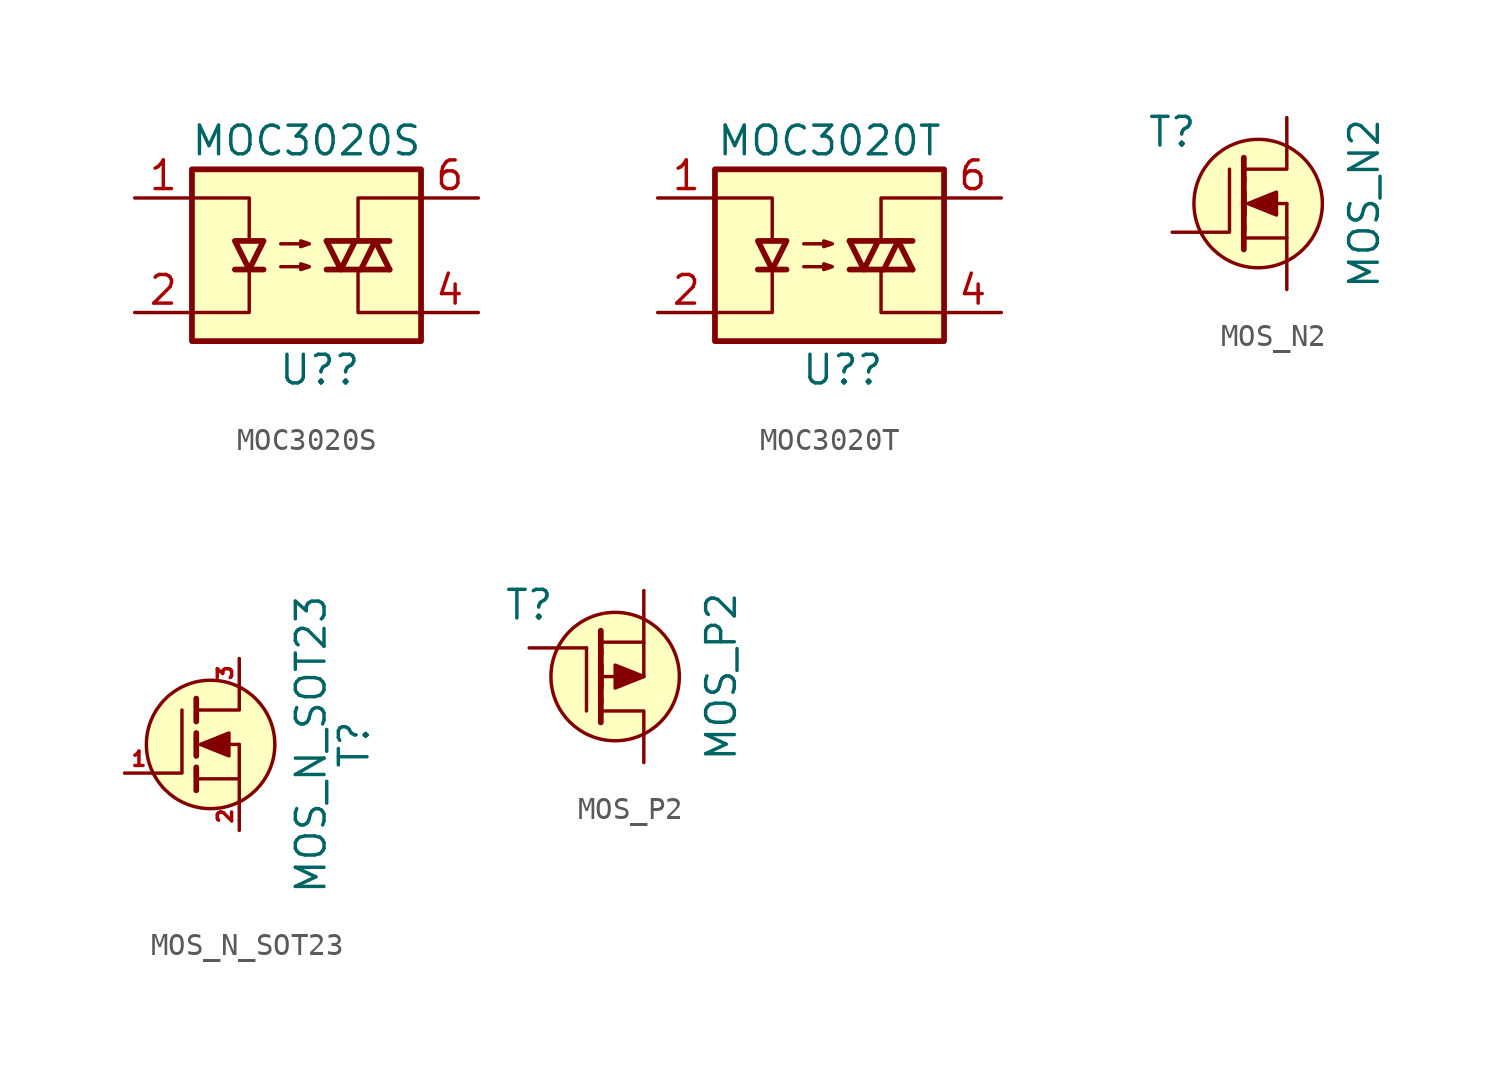
<source format=kicad_sym>
(kicad_symbol_lib
  (version 20231120)
  (generator "kicad_symbol_editor")
  (generator_version "8.0")
  (symbol "MOC3020S"
    (property "Reference" "U?"
      (at -1.27 -5.08 0)
      (effects (font (size 1.27 1.27)) (justify left)))
    (property "Value" "MOC3020S"
      (at 0 5.08 0)
      (effects (font (size 1.27 1.27))))
    (symbol "MOC3020S_0_0"
      (polyline (pts (xy -2.54 -0.635) (xy -2.54 -2.54) (xy -5.08 -2.54)) (stroke (width 0.152) (type default)) (fill (type none)))
      (polyline (pts (xy -2.54 0.635) (xy -2.54 2.54) (xy -5.08 2.54)) (stroke (width 0.152) (type default)) (fill (type none))))
    (symbol "MOC3020S_0_1"
      (rectangle (start -5.08 3.81) (end 5.08 -3.81) (stroke (width 0.254) (type default)) (fill (type background)))
      (polyline (pts (xy -3.175 -0.635) (xy -1.905 -0.635)) (stroke (width 0.254) (type default)) (fill (type none)))
      (polyline (pts (xy 0.889 -0.635) (xy 3.683 -0.635)) (stroke (width 0.254) (type default)) (fill (type none)))
      (polyline (pts (xy 3.683 0.635) (xy 0.889 0.635)) (stroke (width 0.254) (type default)) (fill (type none)))
      (polyline (pts (xy 0.889 0.635) (xy 1.524 -0.635) (xy 2.159 0.635)) (stroke (width 0.254) (type default)) (fill (type none)))
      (polyline (pts (xy 2.286 -0.635) (xy 2.286 -2.54) (xy 5.08 -2.54)) (stroke (width 0) (type default)) (fill (type none)))
      (polyline (pts (xy 2.286 0.635) (xy 2.286 2.54) (xy 5.08 2.54)) (stroke (width 0) (type default)) (fill (type none)))
      (polyline (pts (xy 2.413 -0.635) (xy 3.048 0.635) (xy 3.683 -0.635)) (stroke (width 0.254) (type default)) (fill (type none)))
      (polyline (pts (xy -2.54 -0.635) (xy -3.175 0.635) (xy -1.905 0.635) (xy -2.54 -0.635)) (stroke (width 0.254) (type default)) (fill (type none)))
      (polyline (pts (xy -1.143 -0.508) (xy 0.127 -0.508) (xy -0.254 -0.635) (xy -0.254 -0.381) (xy 0.127 -0.508)) (stroke (width 0) (type default)) (fill (type none)))
      (polyline (pts (xy -1.143 0.508) (xy 0.127 0.508) (xy -0.254 0.381) (xy -0.254 0.635) (xy 0.127 0.508)) (stroke (width 0) (type default)) (fill (type none))))
    (symbol "MOC3020S_1_1"
      (pin passive line (at -7.62 2.54 0) (length 2.54) (name "~" (effects (font (size 1.27 1.27)))) (number "1" (effects (font (size 1.27 1.27)))))
      (pin passive line (at -7.62 -2.54 0) (length 2.54) (name "~" (effects (font (size 1.27 1.27)))) (number "2" (effects (font (size 1.27 1.27)))))
      (pin no_connect line (at -5.08 0 0) (length 2.54) hide (name "NC" (effects (font (size 1.27 1.27)))) (number "3" (effects (font (size 1.27 1.27)))))
      (pin passive line (at 7.62 -2.54 180) (length 2.54) (name "~" (effects (font (size 1.27 1.27)))) (number "4" (effects (font (size 1.27 1.27)))))
      (pin no_connect line (at 5.08 0 180) (length 2.54) hide (name "NC" (effects (font (size 1.27 1.27)))) (number "5" (effects (font (size 1.27 1.27)))))
      (pin passive line (at 7.62 2.54 180) (length 2.54) (name "~" (effects (font (size 1.27 1.27)))) (number "6" (effects (font (size 1.27 1.27)))))))
  (symbol "MOC3020T"
    (property "Reference" "U?"
      (at -1.27 -5.08 0)
      (effects (font (size 1.27 1.27)) (justify left)))
    (property "Value" "MOC3020T"
      (at 0 5.08 0)
      (effects (font (size 1.27 1.27))))
    (symbol "MOC3020T_0_0"
      (polyline (pts (xy -2.54 -0.635) (xy -2.54 -2.54) (xy -5.08 -2.54)) (stroke (width 0.152) (type default)) (fill (type none)))
      (polyline (pts (xy -2.54 0.635) (xy -2.54 2.54) (xy -5.08 2.54)) (stroke (width 0.152) (type default)) (fill (type none))))
    (symbol "MOC3020T_0_1"
      (rectangle (start -5.08 3.81) (end 5.08 -3.81) (stroke (width 0.254) (type default)) (fill (type background)))
      (polyline (pts (xy -3.175 -0.635) (xy -1.905 -0.635)) (stroke (width 0.254) (type default)) (fill (type none)))
      (polyline (pts (xy 0.889 -0.635) (xy 3.683 -0.635)) (stroke (width 0.254) (type default)) (fill (type none)))
      (polyline (pts (xy 3.683 0.635) (xy 0.889 0.635)) (stroke (width 0.254) (type default)) (fill (type none)))
      (polyline (pts (xy 0.889 0.635) (xy 1.524 -0.635) (xy 2.159 0.635)) (stroke (width 0.254) (type default)) (fill (type none)))
      (polyline (pts (xy 2.286 -0.635) (xy 2.286 -2.54) (xy 5.08 -2.54)) (stroke (width 0) (type default)) (fill (type none)))
      (polyline (pts (xy 2.286 0.635) (xy 2.286 2.54) (xy 5.08 2.54)) (stroke (width 0) (type default)) (fill (type none)))
      (polyline (pts (xy 2.413 -0.635) (xy 3.048 0.635) (xy 3.683 -0.635)) (stroke (width 0.254) (type default)) (fill (type none)))
      (polyline (pts (xy -2.54 -0.635) (xy -3.175 0.635) (xy -1.905 0.635) (xy -2.54 -0.635)) (stroke (width 0.254) (type default)) (fill (type none)))
      (polyline (pts (xy -1.143 -0.508) (xy 0.127 -0.508) (xy -0.254 -0.635) (xy -0.254 -0.381) (xy 0.127 -0.508)) (stroke (width 0) (type default)) (fill (type none)))
      (polyline (pts (xy -1.143 0.508) (xy 0.127 0.508) (xy -0.254 0.381) (xy -0.254 0.635) (xy 0.127 0.508)) (stroke (width 0) (type default)) (fill (type none))))
    (symbol "MOC3020T_1_1"
      (pin passive line (at -7.62 2.54 0) (length 2.54) (name "~" (effects (font (size 1.27 1.27)))) (number "1" (effects (font (size 1.27 1.27)))))
      (pin passive line (at -7.62 -2.54 0) (length 2.54) (name "~" (effects (font (size 1.27 1.27)))) (number "2" (effects (font (size 1.27 1.27)))))
      (pin no_connect line (at -5.08 0 0) (length 2.54) hide (name "NC" (effects (font (size 1.27 1.27)))) (number "3" (effects (font (size 1.27 1.27)))))
      (pin passive line (at 7.62 -2.54 180) (length 2.54) (name "~" (effects (font (size 1.27 1.27)))) (number "4" (effects (font (size 1.27 1.27)))))
      (pin no_connect line (at 5.08 0 180) (length 2.54) hide (name "NC" (effects (font (size 1.27 1.27)))) (number "5" (effects (font (size 1.27 1.27)))))
      (pin passive line (at 7.62 2.54 180) (length 2.54) (name "~" (effects (font (size 1.27 1.27)))) (number "6" (effects (font (size 1.27 1.27)))))))
  (symbol "MOS_N2"
    (pin_numbers hide)
    (pin_names
      (offset 0) hide)
    (property "Reference" "T"
      (at -3.81 3.175 0)
      (effects (font (size 1.27 1.27))))
    (property "Value" "MOS_N2"
      (at 4.699 0 90)
      (effects (font (size 1.27 1.27))))
    (property "Footprint" ""
      (at 0 0 0)
      (effects (font (size 1.524 1.524))))
    (property "Datasheet" ""
      (at 0 0 0)
      (effects (font (size 1.524 1.524))))
    (symbol "MOS_N2_0_1"
      (polyline (pts (xy -0.635 -1.016) (xy -0.635 -2.032)) (stroke (width 0.254) (type default)) (fill (type none)))
      (polyline (pts (xy -0.635 0.508) (xy -0.635 -0.508)) (stroke (width 0.254) (type default)) (fill (type none)))
      (polyline (pts (xy -0.635 1.016) (xy -0.635 2.032)) (stroke (width 0.254) (type default)) (fill (type none)))
      (polyline (pts (xy -0.635 1.143) (xy -0.635 -1.143)) (stroke (width 0.254) (type default)) (fill (type none)))
      (polyline (pts (xy 0.635 0) (xy 1.27 0)) (stroke (width 0) (type default)) (fill (type none)))
      (polyline (pts (xy 1.27 -1.524) (xy 1.27 0)) (stroke (width 0) (type default)) (fill (type none)))
      (polyline (pts (xy -2.54 -1.27) (xy -1.27 -1.27) (xy -1.27 1.524)) (stroke (width 0) (type default)) (fill (type none)))
      (polyline (pts (xy -0.635 -1.524) (xy 1.27 -1.524) (xy 1.27 -2.54)) (stroke (width 0) (type default)) (fill (type none)))
      (polyline (pts (xy 1.27 2.54) (xy 1.27 1.524) (xy -0.635 1.524)) (stroke (width 0) (type default)) (fill (type none)))
      (polyline (pts (xy -0.457 0) (xy 0.813 0.508) (xy 0.813 -0.508) (xy -0.457 0)) (stroke (width 0) (type default)) (fill (type outline)))
      (circle (center 0 0) (radius 2.845) (stroke (width 0) (type default)) (fill (type background))))
    (symbol "MOS_N2_1_1"
      (pin passive line (at 1.27 3.81 270) (length 1.27) (name "D" (effects (font (size 1.016 1.016)))) (number "D" (effects (font (size 1.016 1.016)))))
      (pin input line (at -3.81 -1.27 0) (length 1.27) (name "G" (effects (font (size 1.016 1.016)))) (number "G" (effects (font (size 1.016 1.016)))))
      (pin passive line (at 1.27 -3.81 90) (length 1.27) (name "S" (effects (font (size 1.016 1.016)))) (number "S" (effects (font (size 1.016 1.016)))))))
  (symbol "MOS_N_SOT23"
    (pin_names
      (offset 0) hide)
    (property "Reference" "T"
      (at 6.35 0 90)
      (effects (font (size 1.27 1.27))))
    (property "Value" "MOS_N_SOT23"
      (at 4.445 0 90)
      (effects (font (size 1.27 1.27))))
    (property "Datasheet" ""
      (at 0 0 0)
      (effects (font (size 1.524 1.524))))
    (symbol "MOS_N_SOT23_0_1"
      (polyline (pts (xy -0.635 -1.016) (xy -0.635 -2.032)) (stroke (width 0.254) (type default)) (fill (type none)))
      (polyline (pts (xy -0.635 0.508) (xy -0.635 -0.508)) (stroke (width 0.254) (type default)) (fill (type none)))
      (polyline (pts (xy -0.635 1.016) (xy -0.635 2.032)) (stroke (width 0.254) (type default)) (fill (type none)))
      (polyline (pts (xy 0.635 0) (xy 1.27 0)) (stroke (width 0) (type default)) (fill (type none)))
      (polyline (pts (xy 1.27 -1.524) (xy 1.27 0)) (stroke (width 0) (type default)) (fill (type none)))
      (polyline (pts (xy -2.54 -1.27) (xy -1.27 -1.27) (xy -1.27 1.524)) (stroke (width 0) (type default)) (fill (type none)))
      (polyline (pts (xy -0.635 -1.524) (xy 1.27 -1.524) (xy 1.27 -2.54)) (stroke (width 0) (type default)) (fill (type none)))
      (polyline (pts (xy 1.27 2.54) (xy 1.27 1.524) (xy -0.635 1.524)) (stroke (width 0) (type default)) (fill (type none)))
      (polyline (pts (xy -0.457 0) (xy 0.813 0.508) (xy 0.813 -0.508) (xy -0.457 0)) (stroke (width 0) (type default)) (fill (type outline)))
      (circle (center 0 0) (radius 2.845) (stroke (width 0) (type default)) (fill (type background))))
    (symbol "MOS_N_SOT23_1_1"
      (pin input line (at -3.81 -1.27 0) (length 1.27) (name "G" (effects (font (size 0.635 0.635)))) (number "1" (effects (font (size 0.635 0.635)))))
      (pin passive line (at 1.27 -3.81 90) (length 1.27) (name "S" (effects (font (size 0.635 0.635)))) (number "2" (effects (font (size 0.635 0.635)))))
      (pin passive line (at 1.27 3.81 270) (length 1.27) (name "D" (effects (font (size 0.635 0.635)))) (number "3" (effects (font (size 0.635 0.635)))))))
  (symbol "MOS_P2"
    (pin_numbers hide)
    (pin_names
      (offset 0) hide)
    (property "Reference" "T"
      (at -3.81 3.175 0)
      (effects (font (size 1.27 1.27))))
    (property "Value" "MOS_P2"
      (at 4.699 0 90)
      (effects (font (size 1.27 1.27))))
    (property "Footprint" ""
      (at 0 0 0)
      (effects (font (size 1.524 1.524))))
    (property "Datasheet" ""
      (at 0 0 0)
      (effects (font (size 1.524 1.524))))
    (symbol "MOS_P2_0_1"
      (polyline (pts (xy -1.27 -1.524) (xy -1.27 1.27)) (stroke (width 0) (type default)) (fill (type none)))
      (polyline (pts (xy -1.27 1.27) (xy -2.54 1.27)) (stroke (width 0) (type default)) (fill (type none)))
      (polyline (pts (xy -0.635 -1.016) (xy -0.635 -2.032)) (stroke (width 0.254) (type default)) (fill (type none)))
      (polyline (pts (xy -0.635 0.508) (xy -0.635 -0.508)) (stroke (width 0.254) (type default)) (fill (type none)))
      (polyline (pts (xy -0.635 1.016) (xy -0.635 2.032)) (stroke (width 0.254) (type default)) (fill (type none)))
      (polyline (pts (xy -0.635 1.143) (xy -0.635 -1.143)) (stroke (width 0.254) (type default)) (fill (type none)))
      (polyline (pts (xy -0.508 0) (xy 0.254 0)) (stroke (width 0) (type default)) (fill (type none)))
      (polyline (pts (xy 0.635 0) (xy 1.27 0)) (stroke (width 0) (type default)) (fill (type none)))
      (polyline (pts (xy 1.27 1.524) (xy 1.27 0)) (stroke (width 0) (type default)) (fill (type none)))
      (polyline (pts (xy -0.635 -1.524) (xy 1.27 -1.524) (xy 1.27 -2.54)) (stroke (width 0) (type default)) (fill (type none)))
      (polyline (pts (xy 1.27 2.54) (xy 1.27 1.524) (xy -0.635 1.524)) (stroke (width 0) (type default)) (fill (type none)))
      (polyline (pts (xy 1.27 0) (xy 0 0.508) (xy 0 -0.508) (xy 1.27 0)) (stroke (width 0) (type default)) (fill (type outline)))
      (circle (center 0 0) (radius 2.845) (stroke (width 0) (type default)) (fill (type background))))
    (symbol "MOS_P2_1_1"
      (pin passive line (at 1.27 3.81 270) (length 1.27) (name "D" (effects (font (size 1.016 1.016)))) (number "D" (effects (font (size 1.016 1.016)))))
      (pin input line (at -3.81 1.27 0) (length 1.27) (name "G" (effects (font (size 1.016 1.016)))) (number "G" (effects (font (size 1.016 1.016)))))
      (pin passive line (at 1.27 -3.81 90) (length 1.27) (name "S" (effects (font (size 1.016 1.016)))) (number "S" (effects (font (size 1.016 1.016))))))))
</source>
